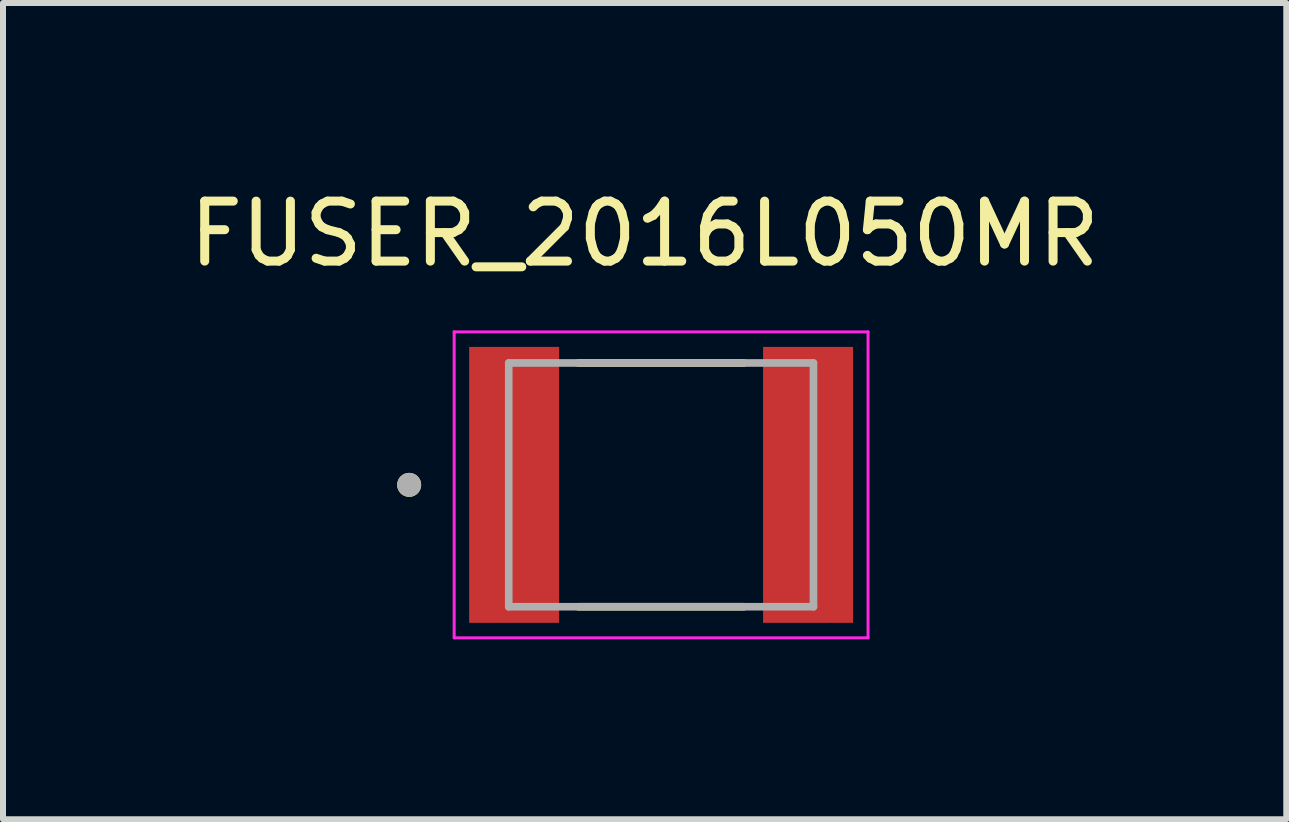
<source format=kicad_pcb>
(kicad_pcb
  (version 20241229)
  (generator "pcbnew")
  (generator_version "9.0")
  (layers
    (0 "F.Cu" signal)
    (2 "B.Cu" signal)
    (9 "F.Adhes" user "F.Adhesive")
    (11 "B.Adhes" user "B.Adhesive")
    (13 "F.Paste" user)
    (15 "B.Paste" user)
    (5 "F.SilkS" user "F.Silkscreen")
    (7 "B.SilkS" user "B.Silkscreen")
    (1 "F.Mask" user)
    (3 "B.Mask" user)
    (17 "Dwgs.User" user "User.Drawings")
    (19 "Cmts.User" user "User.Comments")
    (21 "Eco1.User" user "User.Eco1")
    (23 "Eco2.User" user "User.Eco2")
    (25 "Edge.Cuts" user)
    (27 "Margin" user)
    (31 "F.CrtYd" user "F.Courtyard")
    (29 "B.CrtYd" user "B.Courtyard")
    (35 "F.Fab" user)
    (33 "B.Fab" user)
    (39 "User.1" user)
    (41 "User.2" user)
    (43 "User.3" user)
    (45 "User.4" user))
  (footprint "FUSER_2016L050MR"
    (layer "F.Cu")
    (at 7.971 5.033)
    (property "Reference" "FUSER_2016L050MR" (at -0.275 -4.185 0) (layer "F.SilkS") (effects (font (size 1 1) (thickness 0.15))))
    (attr smd)
    (fp_line (start -1.38 -2.032) (end 1.38 -2.032) (stroke (width 0.127) (type solid)) (layer "F.SilkS"))
    (fp_line (start -1.38 2.032) (end 1.38 2.032) (stroke (width 0.127) (type solid)) (layer "F.SilkS"))
    (fp_circle (center -4.2 0) (end -4.1 0) (stroke (width 0.2) (type solid)) (fill no) (layer "F.SilkS"))
    (fp_line (start -3.45 -2.55) (end -3.45 2.55) (stroke (width 0.05) (type solid)) (layer "F.CrtYd"))
    (fp_line (start -3.45 2.55) (end 3.45 2.55) (stroke (width 0.05) (type solid)) (layer "F.CrtYd"))
    (fp_line (start 3.45 -2.55) (end -3.45 -2.55) (stroke (width 0.05) (type solid)) (layer "F.CrtYd"))
    (fp_line (start 3.45 2.55) (end 3.45 -2.55) (stroke (width 0.05) (type solid)) (layer "F.CrtYd"))
    (fp_line (start -2.54 2.032) (end -2.54 -2.032) (stroke (width 0.127) (type solid)) (layer "F.Fab"))
    (fp_line (start 2.54 -2.032) (end -2.54 -2.032) (stroke (width 0.127) (type solid)) (layer "F.Fab"))
    (fp_line (start 2.54 2.032) (end -2.54 2.032) (stroke (width 0.127) (type solid)) (layer "F.Fab"))
    (fp_line (start 2.54 2.032) (end 2.54 -2.032) (stroke (width 0.127) (type solid)) (layer "F.Fab"))
    (fp_circle (center -4.2 0) (end -4.1 0) (stroke (width 0.2) (type solid)) (fill no) (layer "F.Fab"))
    (pad "1" smd rect (at -2.45 0) (size 1.5 4.6) (layers "F.Cu" "F.Mask" "F.Paste"))
    (pad "2" smd rect (at 2.45 0) (size 1.5 4.6) (layers "F.Cu" "F.Mask" "F.Paste")))
  (gr_rect
    (start -3 -3)
    (end 18.393 10.608)
    (stroke (width 0.1) (type default))
    (fill no)
    (layer "Edge.Cuts")))
</source>
